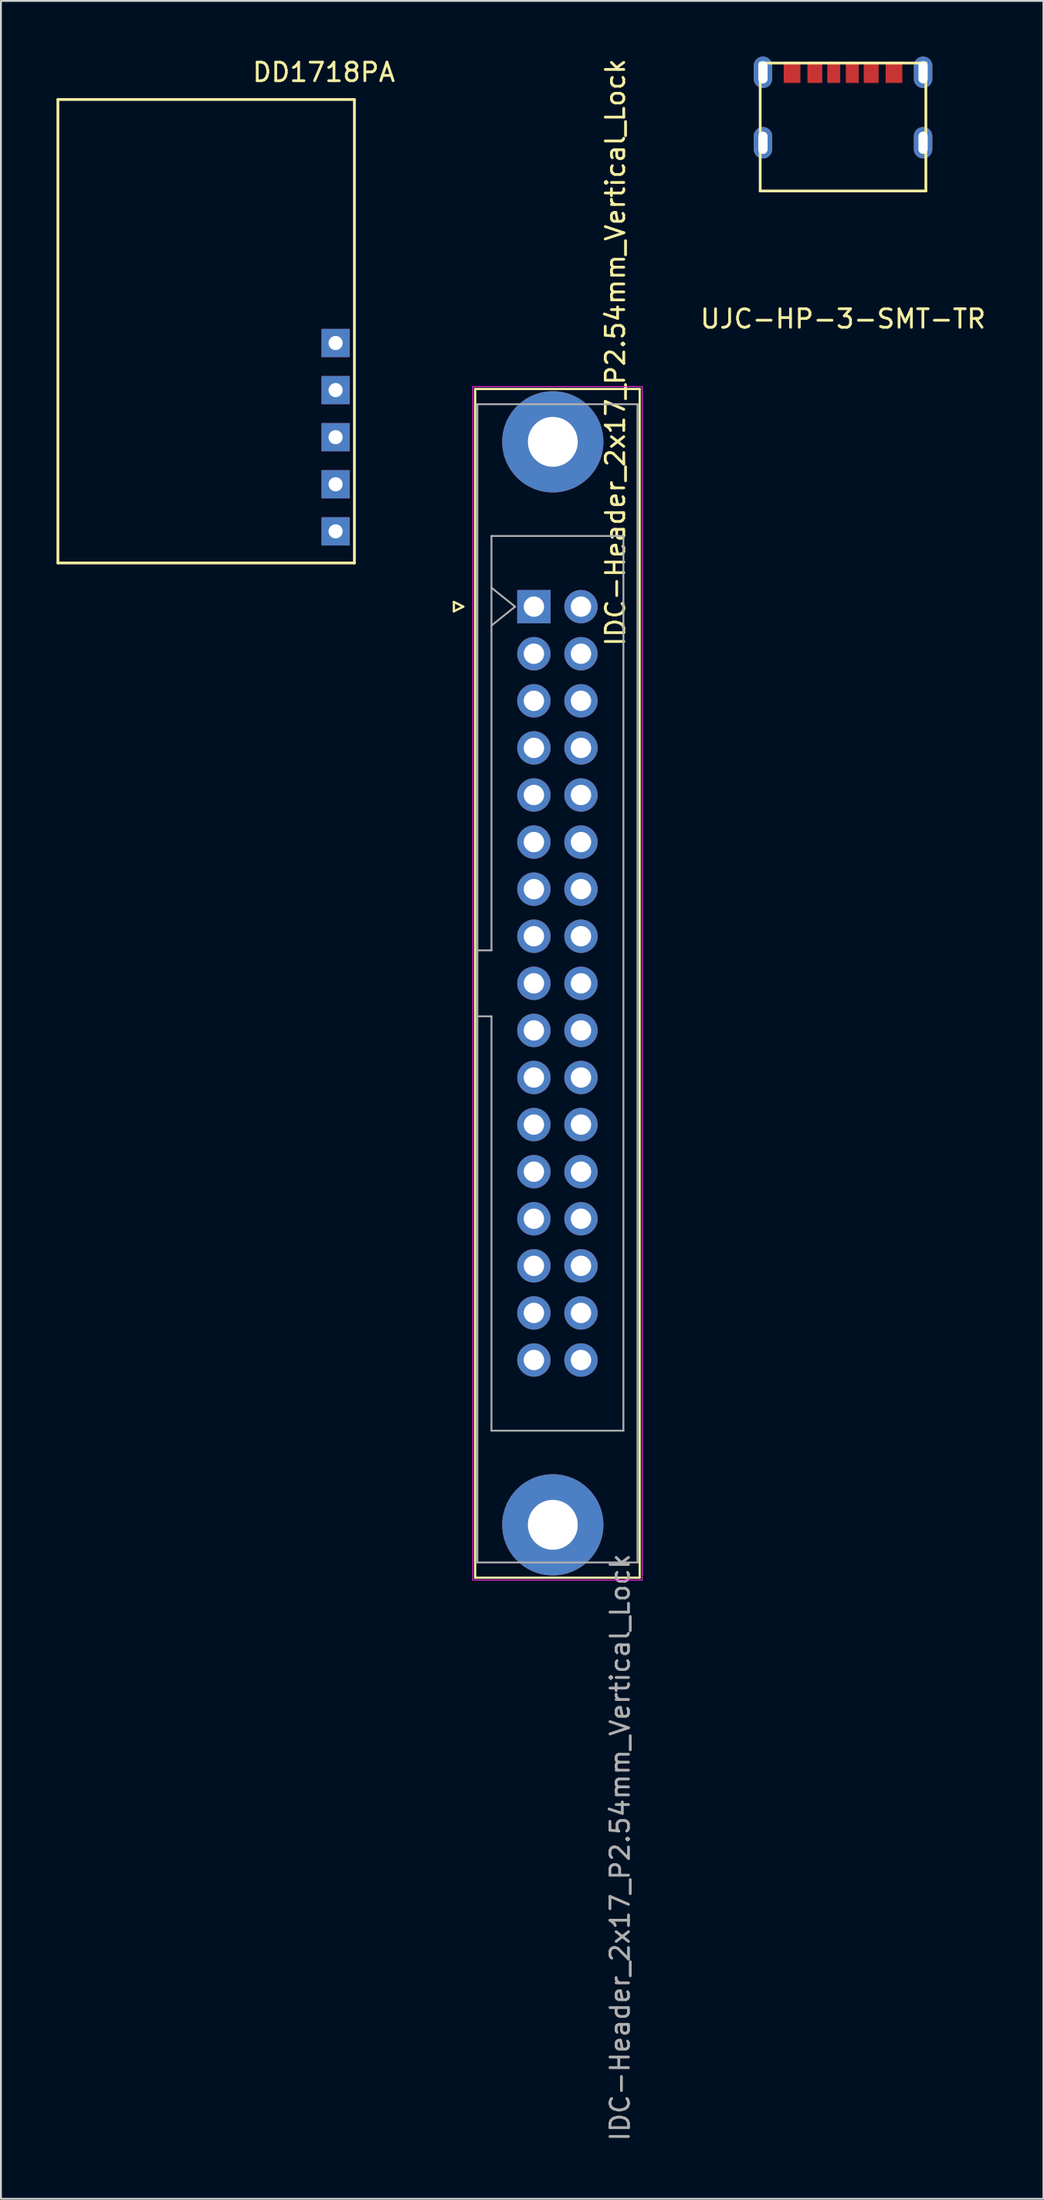
<source format=kicad_pcb>
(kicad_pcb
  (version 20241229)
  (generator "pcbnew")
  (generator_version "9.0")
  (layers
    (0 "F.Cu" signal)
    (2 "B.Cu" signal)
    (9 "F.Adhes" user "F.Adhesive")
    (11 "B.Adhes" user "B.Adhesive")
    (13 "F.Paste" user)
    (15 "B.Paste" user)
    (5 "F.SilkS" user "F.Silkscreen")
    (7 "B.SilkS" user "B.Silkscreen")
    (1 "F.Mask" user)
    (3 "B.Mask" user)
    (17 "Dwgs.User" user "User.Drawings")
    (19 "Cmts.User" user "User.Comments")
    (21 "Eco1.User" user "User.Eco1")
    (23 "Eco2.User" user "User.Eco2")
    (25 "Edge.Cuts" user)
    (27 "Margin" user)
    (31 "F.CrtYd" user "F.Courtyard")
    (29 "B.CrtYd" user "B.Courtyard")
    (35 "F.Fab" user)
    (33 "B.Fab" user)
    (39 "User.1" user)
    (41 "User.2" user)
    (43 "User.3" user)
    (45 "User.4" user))
  (footprint "IDC-Header_2x17_P2.54mm_Vertical_Lock"
    (layer "F.Cu")
    (at 25.761 29.674)
    (property "Reference" "IDC-Header_2x17_P2.54mm_Vertical_Lock" (at 4.395 -13.716 90) (layer "F.SilkS") (effects (font (size 1 1) (thickness 0.15))))
    (attr through_hole)
    (fp_line (start -4.318 -0.254) (end -4.318 0.254) (stroke (width 0.12) (type solid)) (layer "F.SilkS"))
    (fp_line (start -4.318 0.254) (end -3.81 0) (stroke (width 0.12) (type solid)) (layer "F.SilkS"))
    (fp_line (start -3.81 0) (end -4.318 -0.254) (stroke (width 0.12) (type solid)) (layer "F.SilkS"))
    (fp_line (start -3.17 52.38) (end -3.17 -11.74) (stroke (width 0.12) (type solid)) (layer "F.SilkS"))
    (fp_line (start -3.17 52.38) (end 5.71 52.38) (stroke (width 0.12) (type solid)) (layer "F.SilkS"))
    (fp_line (start 5.71 -11.74) (end -3.17 -11.74) (stroke (width 0.12) (type solid)) (layer "F.SilkS"))
    (fp_line (start 5.71 -11.74) (end 5.71 52.38) (stroke (width 0.12) (type solid)) (layer "F.SilkS"))
    (fp_line (start -3.3 52.51) (end -3.3 -11.87) (stroke (width 0.05) (type solid)) (layer "F.CrtYd"))
    (fp_line (start -3.3 52.51) (end 5.84 52.51) (stroke (width 0.05) (type solid)) (layer "F.CrtYd"))
    (fp_line (start 5.84 -11.87) (end -3.3 -11.87) (stroke (width 0.05) (type solid)) (layer "F.CrtYd"))
    (fp_line (start 5.84 -11.87) (end 5.84 52.51) (stroke (width 0.05) (type solid)) (layer "F.CrtYd"))
    (fp_line (start -3.05 -10.92) (end -3.05 51.56) (stroke (width 0.1) (type solid)) (layer "F.Fab"))
    (fp_line (start -3.05 18.54) (end -2.29 18.54) (stroke (width 0.1) (type solid)) (layer "F.Fab"))
    (fp_line (start -3.05 51.56) (end 5.59 51.56) (stroke (width 0.1) (type solid)) (layer "F.Fab"))
    (fp_line (start -2.29 -3.81) (end 4.83 -3.81) (stroke (width 0.1) (type solid)) (layer "F.Fab"))
    (fp_line (start -2.29 18.54) (end -2.29 -3.81) (stroke (width 0.1) (type solid)) (layer "F.Fab"))
    (fp_line (start -2.29 22.1) (end -3.05 22.1) (stroke (width 0.1) (type solid)) (layer "F.Fab"))
    (fp_line (start -2.29 44.45) (end -2.29 22.1) (stroke (width 0.1) (type solid)) (layer "F.Fab"))
    (fp_line (start -2.286 -1.016) (end -1.016 0) (stroke (width 0.1) (type solid)) (layer "F.Fab"))
    (fp_line (start -1.016 0) (end -2.286 1.016) (stroke (width 0.1) (type solid)) (layer "F.Fab"))
    (fp_line (start 4.83 -3.81) (end 4.83 44.45) (stroke (width 0.1) (type solid)) (layer "F.Fab"))
    (fp_line (start 4.83 44.45) (end -2.29 44.45) (stroke (width 0.1) (type solid)) (layer "F.Fab"))
    (fp_line (start 5.59 -10.92) (end -3.05 -10.92) (stroke (width 0.1) (type solid)) (layer "F.Fab"))
    (fp_line (start 5.59 51.56) (end 5.59 -10.92) (stroke (width 0.1) (type solid)) (layer "F.Fab"))
    (fp_text user "${REFERENCE}" (at 4.649 66.929 270) (layer "F.Fab") (effects (font (size 1 1) (thickness 0.15))))
    (pad "" thru_hole circle (at 1.02 -8.89 270) (size 5.46 5.46) (drill 2.69) (layers "*.Cu" "*.Mask"))
    (pad "" thru_hole circle (at 1.02 49.53 270) (size 5.46 5.46) (drill 2.69) (layers "*.Cu" "*.Mask"))
    (pad "1" thru_hole rect (at 0 0 270) (size 1.8 1.8) (drill 1.1) (layers "*.Cu" "*.Mask"))
    (pad "2" thru_hole circle (at 2.54 0 270) (size 1.8 1.8) (drill 1.1) (layers "*.Cu" "*.Mask"))
    (pad "3" thru_hole circle (at 0 2.54 270) (size 1.8 1.8) (drill 1.1) (layers "*.Cu" "*.Mask"))
    (pad "4" thru_hole circle (at 2.54 2.54 270) (size 1.8 1.8) (drill 1.1) (layers "*.Cu" "*.Mask"))
    (pad "5" thru_hole circle (at 0 5.08 270) (size 1.8 1.8) (drill 1.1) (layers "*.Cu" "*.Mask"))
    (pad "6" thru_hole circle (at 2.54 5.08 270) (size 1.8 1.8) (drill 1.1) (layers "*.Cu" "*.Mask"))
    (pad "7" thru_hole circle (at 0 7.62 270) (size 1.8 1.8) (drill 1.1) (layers "*.Cu" "*.Mask"))
    (pad "8" thru_hole circle (at 2.54 7.62 270) (size 1.8 1.8) (drill 1.1) (layers "*.Cu" "*.Mask"))
    (pad "9" thru_hole circle (at 0 10.16 270) (size 1.8 1.8) (drill 1.1) (layers "*.Cu" "*.Mask"))
    (pad "10" thru_hole circle (at 2.54 10.16 270) (size 1.8 1.8) (drill 1.1) (layers "*.Cu" "*.Mask"))
    (pad "11" thru_hole circle (at 0 12.7 270) (size 1.8 1.8) (drill 1.1) (layers "*.Cu" "*.Mask"))
    (pad "12" thru_hole circle (at 2.54 12.7 270) (size 1.8 1.8) (drill 1.1) (layers "*.Cu" "*.Mask"))
    (pad "13" thru_hole circle (at 0 15.24 270) (size 1.8 1.8) (drill 1.1) (layers "*.Cu" "*.Mask"))
    (pad "14" thru_hole circle (at 2.54 15.24 270) (size 1.8 1.8) (drill 1.1) (layers "*.Cu" "*.Mask"))
    (pad "15" thru_hole circle (at 0 17.78 270) (size 1.8 1.8) (drill 1.1) (layers "*.Cu" "*.Mask"))
    (pad "16" thru_hole circle (at 2.54 17.78 270) (size 1.8 1.8) (drill 1.1) (layers "*.Cu" "*.Mask"))
    (pad "17" thru_hole circle (at 0 20.32 270) (size 1.8 1.8) (drill 1.1) (layers "*.Cu" "*.Mask"))
    (pad "18" thru_hole circle (at 2.54 20.32 270) (size 1.8 1.8) (drill 1.1) (layers "*.Cu" "*.Mask"))
    (pad "19" thru_hole circle (at 0 22.86 270) (size 1.8 1.8) (drill 1.1) (layers "*.Cu" "*.Mask"))
    (pad "20" thru_hole circle (at 2.54 22.86 270) (size 1.8 1.8) (drill 1.1) (layers "*.Cu" "*.Mask"))
    (pad "21" thru_hole circle (at 0 25.4 270) (size 1.8 1.8) (drill 1.1) (layers "*.Cu" "*.Mask"))
    (pad "22" thru_hole circle (at 2.54 25.4 270) (size 1.8 1.8) (drill 1.1) (layers "*.Cu" "*.Mask"))
    (pad "23" thru_hole circle (at 0 27.94 270) (size 1.8 1.8) (drill 1.1) (layers "*.Cu" "*.Mask"))
    (pad "24" thru_hole circle (at 2.54 27.94 270) (size 1.8 1.8) (drill 1.1) (layers "*.Cu" "*.Mask"))
    (pad "25" thru_hole circle (at 0 30.48 270) (size 1.8 1.8) (drill 1.1) (layers "*.Cu" "*.Mask"))
    (pad "26" thru_hole circle (at 2.54 30.48 270) (size 1.8 1.8) (drill 1.1) (layers "*.Cu" "*.Mask"))
    (pad "27" thru_hole circle (at 0 33.02 270) (size 1.8 1.8) (drill 1.1) (layers "*.Cu" "*.Mask"))
    (pad "28" thru_hole circle (at 2.54 33.02 270) (size 1.8 1.8) (drill 1.1) (layers "*.Cu" "*.Mask"))
    (pad "29" thru_hole circle (at 0 35.56 270) (size 1.8 1.8) (drill 1.1) (layers "*.Cu" "*.Mask"))
    (pad "30" thru_hole circle (at 2.54 35.56 270) (size 1.8 1.8) (drill 1.1) (layers "*.Cu" "*.Mask"))
    (pad "31" thru_hole circle (at 0 38.1 270) (size 1.8 1.8) (drill 1.1) (layers "*.Cu" "*.Mask"))
    (pad "32" thru_hole circle (at 2.54 38.1 270) (size 1.8 1.8) (drill 1.1) (layers "*.Cu" "*.Mask"))
    (pad "33" thru_hole circle (at 0 40.64 270) (size 1.8 1.8) (drill 1.1) (layers "*.Cu" "*.Mask"))
    (pad "34" thru_hole circle (at 2.54 40.64 270) (size 1.8 1.8) (drill 1.1) (layers "*.Cu" "*.Mask")))
  (footprint "DD1718PA"
    (layer "F.Cu")
    (at 8.075 14.818)
    (property "Reference" "DD1718PA" (at 6.35 -13.97 0) (layer "F.SilkS") (effects (font (size 1 1) (thickness 0.15))))
    (attr through_hole)
    (fp_line (start -8 -12.5) (end -8 12.5) (stroke (width 0.15) (type solid)) (layer "F.SilkS"))
    (fp_line (start -8 -12.5) (end 8 -12.5) (stroke (width 0.15) (type solid)) (layer "F.SilkS"))
    (fp_line (start -8 12.5) (end 8 12.5) (stroke (width 0.15) (type solid)) (layer "F.SilkS"))
    (fp_line (start 8 -12.5) (end 8 12.5) (stroke (width 0.15) (type solid)) (layer "F.SilkS"))
    (pad "1" thru_hole rect (at 6.985 10.795) (size 1.524 1.524) (drill 0.762) (layers "*.Cu" "*.Mask"))
    (pad "2" thru_hole rect (at 6.985 8.255) (size 1.524 1.524) (drill 0.762) (layers "*.Cu" "*.Mask"))
    (pad "3" thru_hole rect (at 6.985 5.715) (size 1.524 1.524) (drill 0.762) (layers "*.Cu" "*.Mask"))
    (pad "4" thru_hole rect (at 6.985 3.175) (size 1.524 1.524) (drill 0.762) (layers "*.Cu" "*.Mask"))
    (pad "5" thru_hole rect (at 6.985 0.635) (size 1.524 1.524) (drill 0.762) (layers "*.Cu" "*.Mask")))
  (footprint "UJC-HP-3-SMT-TR"
    (layer "F.Cu")
    (at 42.442 7.25)
    (property "Reference" "UJC-HP-3-SMT-TR" (at 0 6.9 0) (layer "F.SilkS") (effects (font (size 1 1) (thickness 0.15))))
    (attr through_hole)
    (fp_line (start -4.47 -6.9) (end 4.47 -6.9) (stroke (width 0.15) (type solid)) (layer "F.SilkS"))
    (fp_line (start -4.47 0) (end -4.47 -6.9) (stroke (width 0.15) (type solid)) (layer "F.SilkS"))
    (fp_line (start -4.47 0) (end 4.47 0) (stroke (width 0.15) (type solid)) (layer "F.SilkS"))
    (fp_line (start 4.47 0) (end 4.47 -6.9) (stroke (width 0.15) (type solid)) (layer "F.SilkS"))
    (pad "1" smd rect (at -2.75 -6.4) (size 0.9 1.15) (layers "F.Cu" "F.Mask" "F.Paste"))
    (pad "2" smd rect (at -1.52 -6.4) (size 0.8 1.15) (layers "F.Cu" "F.Mask" "F.Paste"))
    (pad "3" smd rect (at -0.5 -6.4) (size 0.7 1.15) (layers "F.Cu" "F.Mask" "F.Paste"))
    (pad "4" smd rect (at 0.5 -6.4) (size 0.7 1.15) (layers "F.Cu" "F.Mask" "F.Paste"))
    (pad "5" smd rect (at 1.52 -6.4) (size 0.8 1.15) (layers "F.Cu" "F.Mask" "F.Paste"))
    (pad "6" smd rect (at 2.75 -6.4) (size 0.9 1.15) (layers "F.Cu" "F.Mask" "F.Paste"))
    (pad "7" thru_hole oval (at -4.32 -6.4) (size 1 1.7) (drill oval 0.5 1.2) (layers "*.Cu" "*.Mask"))
    (pad "7" thru_hole oval (at -4.32 -2.6) (size 1 1.7) (drill oval 0.5 1.2) (layers "*.Cu" "*.Mask"))
    (pad "7" thru_hole oval (at 4.32 -6.4) (size 1 1.7) (drill oval 0.5 1.2) (layers "*.Cu" "*.Mask"))
    (pad "7" thru_hole oval (at 4.32 -2.6) (size 1 1.7) (drill oval 0.5 1.2) (layers "*.Cu" "*.Mask")))
  (gr_rect
    (start -3 -3)
    (end 53.257 115.562)
    (stroke (width 0.1) (type default))
    (fill no)
    (layer "Edge.Cuts")))
</source>
